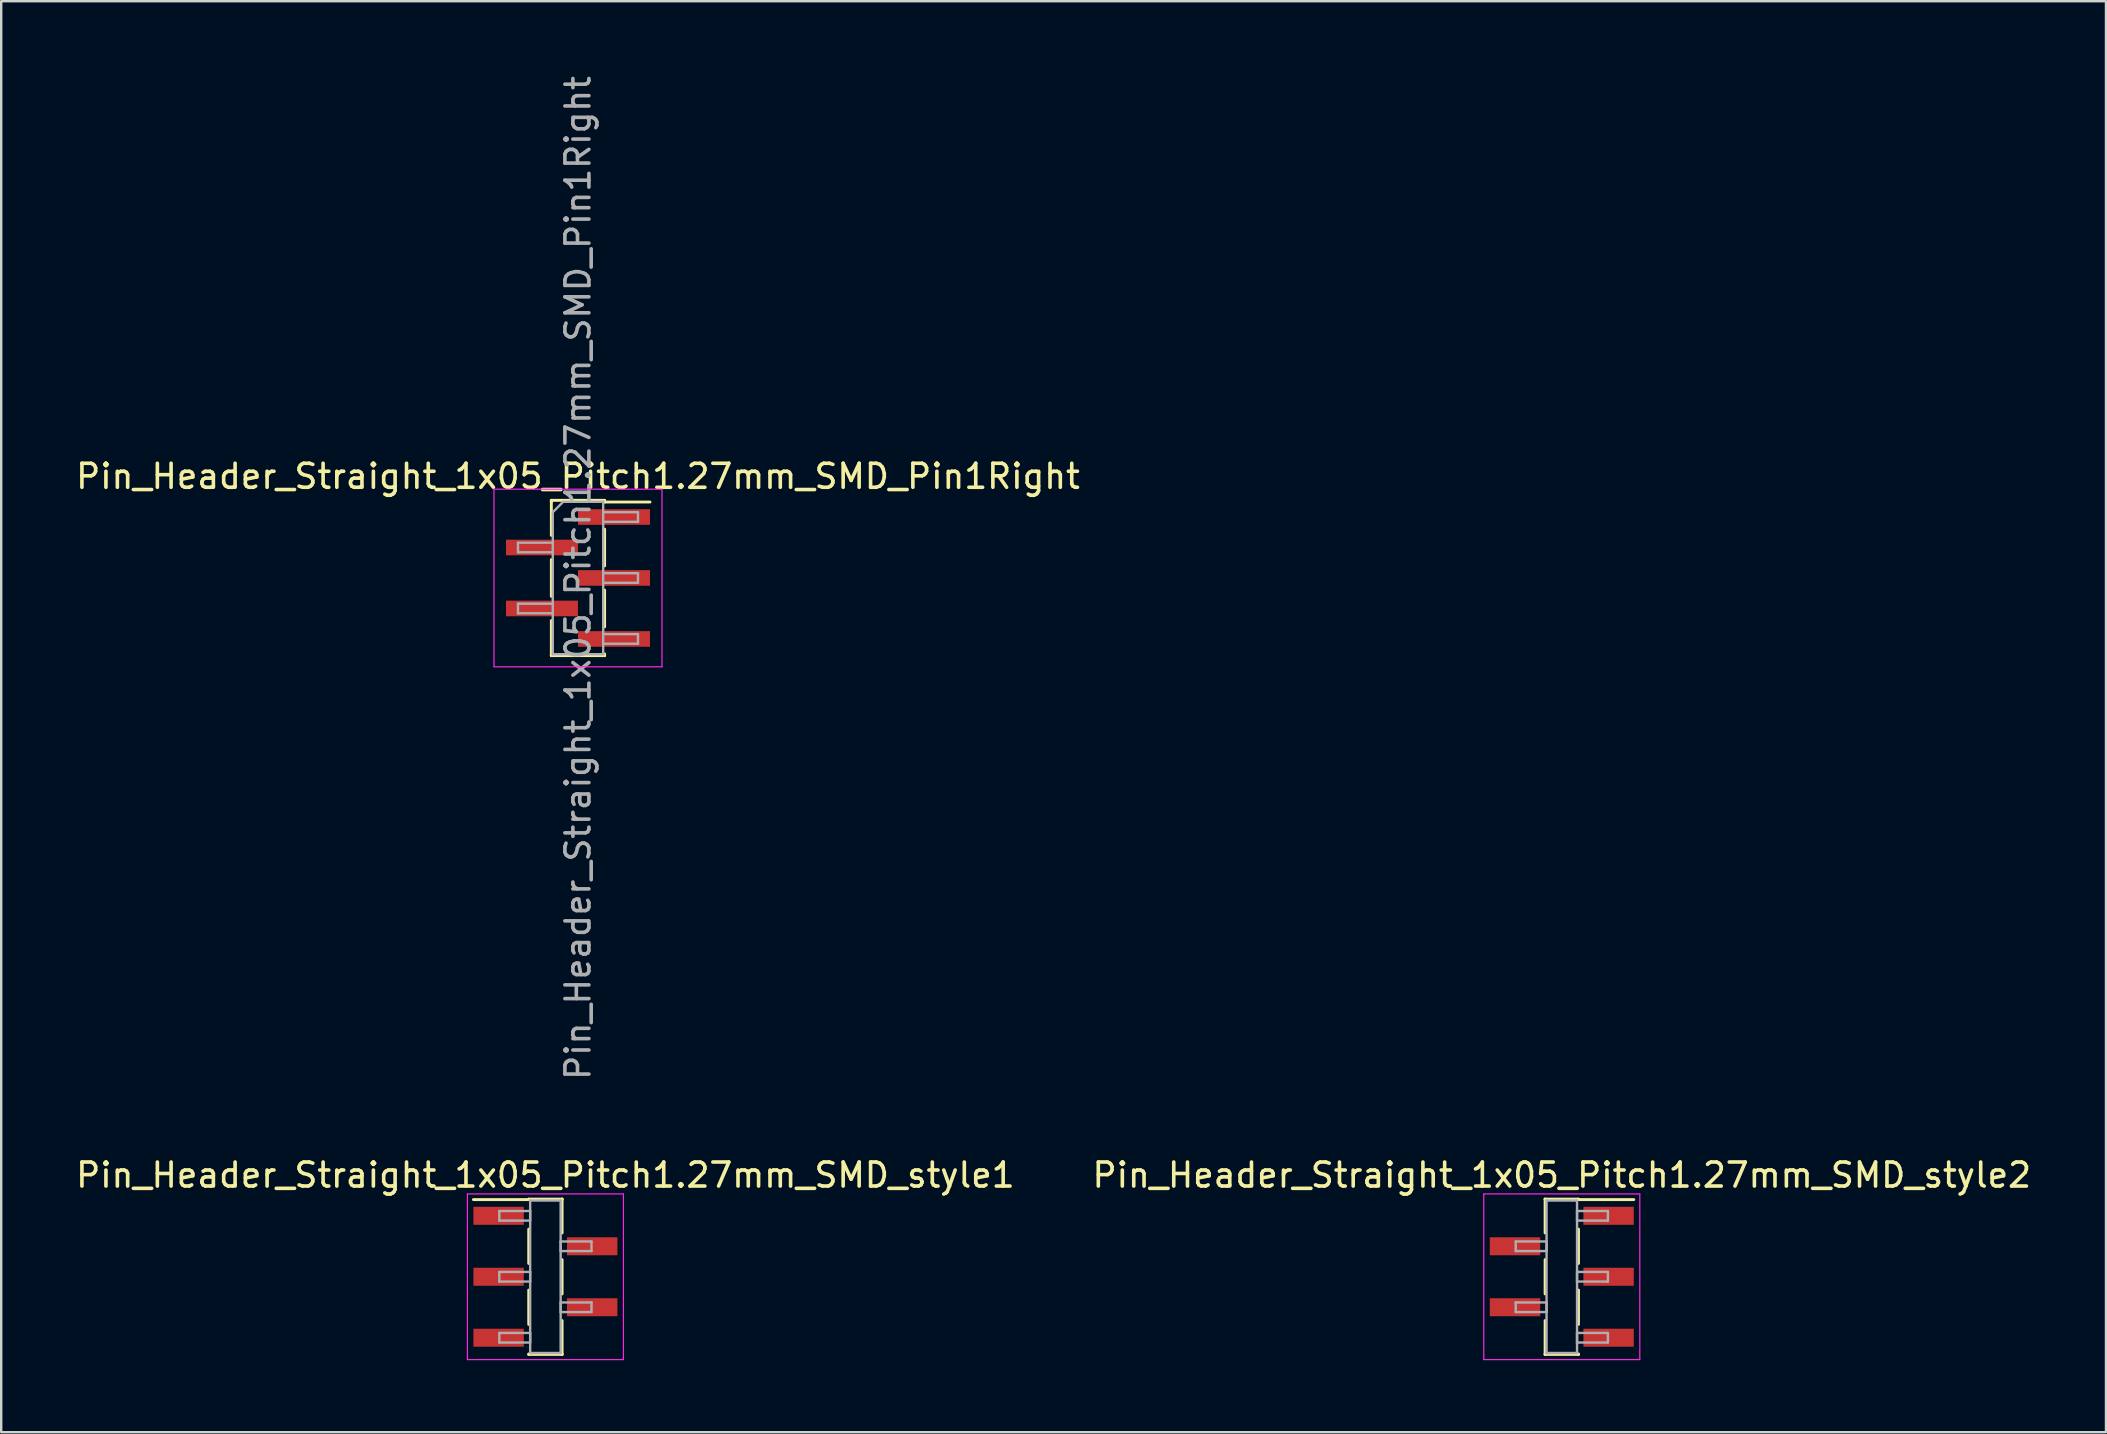
<source format=kicad_pcb>
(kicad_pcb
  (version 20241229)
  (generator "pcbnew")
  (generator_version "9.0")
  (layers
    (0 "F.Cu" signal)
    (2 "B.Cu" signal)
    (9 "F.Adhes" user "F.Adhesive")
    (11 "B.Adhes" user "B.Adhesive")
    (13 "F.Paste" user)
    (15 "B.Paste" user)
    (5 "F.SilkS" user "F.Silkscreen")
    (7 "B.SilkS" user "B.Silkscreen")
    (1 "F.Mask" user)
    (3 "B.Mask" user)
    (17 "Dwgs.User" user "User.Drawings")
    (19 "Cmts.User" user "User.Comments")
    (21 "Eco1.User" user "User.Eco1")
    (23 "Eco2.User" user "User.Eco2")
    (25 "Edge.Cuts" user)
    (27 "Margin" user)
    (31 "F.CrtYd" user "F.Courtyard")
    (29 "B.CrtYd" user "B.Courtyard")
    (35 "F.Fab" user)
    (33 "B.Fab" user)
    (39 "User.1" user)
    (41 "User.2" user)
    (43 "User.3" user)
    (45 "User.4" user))
  (footprint "Pin_Header_Straight_1x05_Pitch1.27mm_SMD_style2"
    (layer "F.Cu")
    (at 62.018 50.143)
    (property "Reference" "Pin_Header_Straight_1x05_Pitch1.27mm_SMD_style2" (at 0 -4.235 0) (layer "F.SilkS") (effects (font (size 1 1) (thickness 0.15))))
    (attr smd)
    (fp_line (start -0.695 -3.235) (end -0.695 -1.825) (stroke (width 0.12) (type solid)) (layer "F.SilkS"))
    (fp_line (start -0.695 -3.235) (end 0.695 -3.235) (stroke (width 0.12) (type solid)) (layer "F.SilkS"))
    (fp_line (start -0.695 -3.215) (end -0.695 -3.235) (stroke (width 0.12) (type solid)) (layer "F.SilkS"))
    (fp_line (start -0.695 -0.715) (end -0.695 0.715) (stroke (width 0.12) (type solid)) (layer "F.SilkS"))
    (fp_line (start -0.695 1.825) (end -0.695 3.235) (stroke (width 0.12) (type solid)) (layer "F.SilkS"))
    (fp_line (start -0.695 3.215) (end -0.695 3.235) (stroke (width 0.12) (type solid)) (layer "F.SilkS"))
    (fp_line (start -0.695 3.235) (end 0.695 3.235) (stroke (width 0.12) (type solid)) (layer "F.SilkS"))
    (fp_line (start 0.695 -3.235) (end 0.695 -3.215) (stroke (width 0.12) (type solid)) (layer "F.SilkS"))
    (fp_line (start 0.695 -3.215) (end 3 -3.215) (stroke (width 0.12) (type solid)) (layer "F.SilkS"))
    (fp_line (start 0.695 -1.985) (end 0.695 -0.555) (stroke (width 0.12) (type solid)) (layer "F.SilkS"))
    (fp_line (start 0.695 0.555) (end 0.695 1.985) (stroke (width 0.12) (type solid)) (layer "F.SilkS"))
    (fp_line (start 0.695 3.235) (end 0.695 3.215) (stroke (width 0.12) (type solid)) (layer "F.SilkS"))
    (fp_line (start -3.25 -3.45) (end -3.25 3.45) (stroke (width 0.05) (type solid)) (layer "F.CrtYd"))
    (fp_line (start -3.25 3.45) (end 3.25 3.45) (stroke (width 0.05) (type solid)) (layer "F.CrtYd"))
    (fp_line (start 3.25 -3.45) (end -3.25 -3.45) (stroke (width 0.05) (type solid)) (layer "F.CrtYd"))
    (fp_line (start 3.25 3.45) (end 3.25 -3.45) (stroke (width 0.05) (type solid)) (layer "F.CrtYd"))
    (fp_line (start -1.92 -1.47) (end -0.635 -1.47) (stroke (width 0.1) (type solid)) (layer "F.Fab"))
    (fp_line (start -1.92 -1.07) (end -1.92 -1.47) (stroke (width 0.1) (type solid)) (layer "F.Fab"))
    (fp_line (start -1.92 1.07) (end -0.635 1.07) (stroke (width 0.1) (type solid)) (layer "F.Fab"))
    (fp_line (start -1.92 1.47) (end -1.92 1.07) (stroke (width 0.1) (type solid)) (layer "F.Fab"))
    (fp_line (start -0.635 -3.175) (end -0.635 3.175) (stroke (width 0.1) (type solid)) (layer "F.Fab"))
    (fp_line (start -0.635 -1.47) (end -0.635 -1.07) (stroke (width 0.1) (type solid)) (layer "F.Fab"))
    (fp_line (start -0.635 -1.07) (end -1.92 -1.07) (stroke (width 0.1) (type solid)) (layer "F.Fab"))
    (fp_line (start -0.635 1.07) (end -0.635 1.47) (stroke (width 0.1) (type solid)) (layer "F.Fab"))
    (fp_line (start -0.635 1.47) (end -1.92 1.47) (stroke (width 0.1) (type solid)) (layer "F.Fab"))
    (fp_line (start -0.635 3.175) (end 0.635 3.175) (stroke (width 0.1) (type solid)) (layer "F.Fab"))
    (fp_line (start 0.635 -3.175) (end -0.635 -3.175) (stroke (width 0.1) (type solid)) (layer "F.Fab"))
    (fp_line (start 0.635 -2.74) (end 0.635 -2.34) (stroke (width 0.1) (type solid)) (layer "F.Fab"))
    (fp_line (start 0.635 -2.34) (end 1.92 -2.34) (stroke (width 0.1) (type solid)) (layer "F.Fab"))
    (fp_line (start 0.635 -0.2) (end 0.635 0.2) (stroke (width 0.1) (type solid)) (layer "F.Fab"))
    (fp_line (start 0.635 0.2) (end 1.92 0.2) (stroke (width 0.1) (type solid)) (layer "F.Fab"))
    (fp_line (start 0.635 2.34) (end 0.635 2.74) (stroke (width 0.1) (type solid)) (layer "F.Fab"))
    (fp_line (start 0.635 2.74) (end 1.92 2.74) (stroke (width 0.1) (type solid)) (layer "F.Fab"))
    (fp_line (start 0.635 3.175) (end 0.635 -3.175) (stroke (width 0.1) (type solid)) (layer "F.Fab"))
    (fp_line (start 1.92 -2.74) (end 0.635 -2.74) (stroke (width 0.1) (type solid)) (layer "F.Fab"))
    (fp_line (start 1.92 -2.34) (end 1.92 -2.74) (stroke (width 0.1) (type solid)) (layer "F.Fab"))
    (fp_line (start 1.92 -0.2) (end 0.635 -0.2) (stroke (width 0.1) (type solid)) (layer "F.Fab"))
    (fp_line (start 1.92 0.2) (end 1.92 -0.2) (stroke (width 0.1) (type solid)) (layer "F.Fab"))
    (fp_line (start 1.92 2.34) (end 0.635 2.34) (stroke (width 0.1) (type solid)) (layer "F.Fab"))
    (fp_line (start 1.92 2.74) (end 1.92 2.34) (stroke (width 0.1) (type solid)) (layer "F.Fab"))
    (pad "1" smd rect (at 1.95 -2.54) (size 2.1 0.75) (layers "F.Cu" "F.Mask"))
    (pad "2" smd rect (at -1.95 -1.27) (size 2.1 0.75) (layers "F.Cu" "F.Mask"))
    (pad "3" smd rect (at 1.95 0) (size 2.1 0.75) (layers "F.Cu" "F.Mask"))
    (pad "4" smd rect (at -1.95 1.27) (size 2.1 0.75) (layers "F.Cu" "F.Mask"))
    (pad "5" smd rect (at 1.95 2.54) (size 2.1 0.75) (layers "F.Cu" "F.Mask")))
  (footprint "Pin_Header_Straight_1x05_Pitch1.27mm_SMD_style1"
    (layer "F.Cu")
    (at 19.673 50.143)
    (property "Reference" "Pin_Header_Straight_1x05_Pitch1.27mm_SMD_style1" (at 0 -4.235 0) (layer "F.SilkS") (effects (font (size 1 1) (thickness 0.15))))
    (attr smd)
    (fp_line (start -0.695 -3.235) (end 0.695 -3.235) (stroke (width 0.12) (type solid)) (layer "F.SilkS"))
    (fp_line (start -0.695 -3.215) (end -3 -3.215) (stroke (width 0.12) (type solid)) (layer "F.SilkS"))
    (fp_line (start -0.695 -3.215) (end -0.695 -3.235) (stroke (width 0.12) (type solid)) (layer "F.SilkS"))
    (fp_line (start -0.695 -1.985) (end -0.695 -0.555) (stroke (width 0.12) (type solid)) (layer "F.SilkS"))
    (fp_line (start -0.695 0.555) (end -0.695 1.985) (stroke (width 0.12) (type solid)) (layer "F.SilkS"))
    (fp_line (start -0.695 3.215) (end -0.695 3.235) (stroke (width 0.12) (type solid)) (layer "F.SilkS"))
    (fp_line (start -0.695 3.235) (end 0.695 3.235) (stroke (width 0.12) (type solid)) (layer "F.SilkS"))
    (fp_line (start 0.695 -3.235) (end 0.695 -3.215) (stroke (width 0.12) (type solid)) (layer "F.SilkS"))
    (fp_line (start 0.695 -3.235) (end 0.695 -1.825) (stroke (width 0.12) (type solid)) (layer "F.SilkS"))
    (fp_line (start 0.695 -0.715) (end 0.695 0.715) (stroke (width 0.12) (type solid)) (layer "F.SilkS"))
    (fp_line (start 0.695 1.825) (end 0.695 3.235) (stroke (width 0.12) (type solid)) (layer "F.SilkS"))
    (fp_line (start 0.695 3.235) (end 0.695 3.215) (stroke (width 0.12) (type solid)) (layer "F.SilkS"))
    (fp_line (start -3.25 -3.45) (end -3.25 3.45) (stroke (width 0.05) (type solid)) (layer "F.CrtYd"))
    (fp_line (start -3.25 3.45) (end 3.25 3.45) (stroke (width 0.05) (type solid)) (layer "F.CrtYd"))
    (fp_line (start 3.25 -3.45) (end -3.25 -3.45) (stroke (width 0.05) (type solid)) (layer "F.CrtYd"))
    (fp_line (start 3.25 3.45) (end 3.25 -3.45) (stroke (width 0.05) (type solid)) (layer "F.CrtYd"))
    (fp_line (start -1.92 -2.74) (end -0.635 -2.74) (stroke (width 0.1) (type solid)) (layer "F.Fab"))
    (fp_line (start -1.92 -2.34) (end -1.92 -2.74) (stroke (width 0.1) (type solid)) (layer "F.Fab"))
    (fp_line (start -1.92 -0.2) (end -0.635 -0.2) (stroke (width 0.1) (type solid)) (layer "F.Fab"))
    (fp_line (start -1.92 0.2) (end -1.92 -0.2) (stroke (width 0.1) (type solid)) (layer "F.Fab"))
    (fp_line (start -1.92 2.34) (end -0.635 2.34) (stroke (width 0.1) (type solid)) (layer "F.Fab"))
    (fp_line (start -1.92 2.74) (end -1.92 2.34) (stroke (width 0.1) (type solid)) (layer "F.Fab"))
    (fp_line (start -0.635 -3.175) (end -0.635 3.175) (stroke (width 0.1) (type solid)) (layer "F.Fab"))
    (fp_line (start -0.635 -2.74) (end -0.635 -2.34) (stroke (width 0.1) (type solid)) (layer "F.Fab"))
    (fp_line (start -0.635 -2.34) (end -1.92 -2.34) (stroke (width 0.1) (type solid)) (layer "F.Fab"))
    (fp_line (start -0.635 -0.2) (end -0.635 0.2) (stroke (width 0.1) (type solid)) (layer "F.Fab"))
    (fp_line (start -0.635 0.2) (end -1.92 0.2) (stroke (width 0.1) (type solid)) (layer "F.Fab"))
    (fp_line (start -0.635 2.34) (end -0.635 2.74) (stroke (width 0.1) (type solid)) (layer "F.Fab"))
    (fp_line (start -0.635 2.74) (end -1.92 2.74) (stroke (width 0.1) (type solid)) (layer "F.Fab"))
    (fp_line (start -0.635 3.175) (end 0.635 3.175) (stroke (width 0.1) (type solid)) (layer "F.Fab"))
    (fp_line (start 0.635 -3.175) (end -0.635 -3.175) (stroke (width 0.1) (type solid)) (layer "F.Fab"))
    (fp_line (start 0.635 -1.47) (end 0.635 -1.07) (stroke (width 0.1) (type solid)) (layer "F.Fab"))
    (fp_line (start 0.635 -1.07) (end 1.92 -1.07) (stroke (width 0.1) (type solid)) (layer "F.Fab"))
    (fp_line (start 0.635 1.07) (end 0.635 1.47) (stroke (width 0.1) (type solid)) (layer "F.Fab"))
    (fp_line (start 0.635 1.47) (end 1.92 1.47) (stroke (width 0.1) (type solid)) (layer "F.Fab"))
    (fp_line (start 0.635 3.175) (end 0.635 -3.175) (stroke (width 0.1) (type solid)) (layer "F.Fab"))
    (fp_line (start 1.92 -1.47) (end 0.635 -1.47) (stroke (width 0.1) (type solid)) (layer "F.Fab"))
    (fp_line (start 1.92 -1.07) (end 1.92 -1.47) (stroke (width 0.1) (type solid)) (layer "F.Fab"))
    (fp_line (start 1.92 1.07) (end 0.635 1.07) (stroke (width 0.1) (type solid)) (layer "F.Fab"))
    (fp_line (start 1.92 1.47) (end 1.92 1.07) (stroke (width 0.1) (type solid)) (layer "F.Fab"))
    (pad "1" smd rect (at -1.95 -2.54) (size 2.1 0.75) (layers "F.Cu" "F.Mask"))
    (pad "2" smd rect (at 1.95 -1.27) (size 2.1 0.75) (layers "F.Cu" "F.Mask"))
    (pad "3" smd rect (at -1.95 0) (size 2.1 0.75) (layers "F.Cu" "F.Mask"))
    (pad "4" smd rect (at 1.95 1.27) (size 2.1 0.75) (layers "F.Cu" "F.Mask"))
    (pad "5" smd rect (at -1.95 2.54) (size 2.1 0.75) (layers "F.Cu" "F.Mask")))
  (footprint "Pin_Header_Straight_1x05_Pitch1.27mm_SMD_Pin1Right"
    (layer "F.Cu")
    (at 21.03 21.03)
    (property "Reference" "Pin_Header_Straight_1x05_Pitch1.27mm_SMD_Pin1Right" (at 0 -4.235 0) (layer "F.SilkS") (effects (font (size 1 1) (thickness 0.15))))
    (attr smd)
    (fp_line (start -1.11 -3.235) (end -1.11 -1.775) (stroke (width 0.12) (type solid)) (layer "F.SilkS"))
    (fp_line (start -1.11 -3.235) (end 1.11 -3.235) (stroke (width 0.12) (type solid)) (layer "F.SilkS"))
    (fp_line (start -1.11 -3.165) (end -1.11 -3.235) (stroke (width 0.12) (type solid)) (layer "F.SilkS"))
    (fp_line (start -1.11 -0.765) (end -1.11 0.765) (stroke (width 0.12) (type solid)) (layer "F.SilkS"))
    (fp_line (start -1.11 1.775) (end -1.11 3.235) (stroke (width 0.12) (type solid)) (layer "F.SilkS"))
    (fp_line (start -1.11 3.165) (end -1.11 3.235) (stroke (width 0.12) (type solid)) (layer "F.SilkS"))
    (fp_line (start -1.11 3.235) (end 1.11 3.235) (stroke (width 0.12) (type solid)) (layer "F.SilkS"))
    (fp_line (start 1.11 -3.235) (end 1.11 -3.165) (stroke (width 0.12) (type solid)) (layer "F.SilkS"))
    (fp_line (start 1.11 -3.165) (end 3 -3.165) (stroke (width 0.12) (type solid)) (layer "F.SilkS"))
    (fp_line (start 1.11 -2.035) (end 1.11 -0.505) (stroke (width 0.12) (type solid)) (layer "F.SilkS"))
    (fp_line (start 1.11 0.505) (end 1.11 2.035) (stroke (width 0.12) (type solid)) (layer "F.SilkS"))
    (fp_line (start 1.11 3.235) (end 1.11 3.165) (stroke (width 0.12) (type solid)) (layer "F.SilkS"))
    (fp_line (start -3.5 -3.7) (end -3.5 3.7) (stroke (width 0.05) (type solid)) (layer "F.CrtYd"))
    (fp_line (start -3.5 3.7) (end 3.5 3.7) (stroke (width 0.05) (type solid)) (layer "F.CrtYd"))
    (fp_line (start 3.5 -3.7) (end -3.5 -3.7) (stroke (width 0.05) (type solid)) (layer "F.CrtYd"))
    (fp_line (start 3.5 3.7) (end 3.5 -3.7) (stroke (width 0.05) (type solid)) (layer "F.CrtYd"))
    (fp_line (start -2.5 -1.47) (end -2.5 -1.07) (stroke (width 0.1) (type solid)) (layer "F.Fab"))
    (fp_line (start -2.5 -1.07) (end -1.05 -1.07) (stroke (width 0.1) (type solid)) (layer "F.Fab"))
    (fp_line (start -2.5 1.07) (end -2.5 1.47) (stroke (width 0.1) (type solid)) (layer "F.Fab"))
    (fp_line (start -2.5 1.47) (end -1.05 1.47) (stroke (width 0.1) (type solid)) (layer "F.Fab"))
    (fp_line (start -1.05 -2.74) (end -0.615 -3.175) (stroke (width 0.1) (type solid)) (layer "F.Fab"))
    (fp_line (start -1.05 -1.47) (end -2.5 -1.47) (stroke (width 0.1) (type solid)) (layer "F.Fab"))
    (fp_line (start -1.05 1.07) (end -2.5 1.07) (stroke (width 0.1) (type solid)) (layer "F.Fab"))
    (fp_line (start -1.05 3.175) (end -1.05 -2.74) (stroke (width 0.1) (type solid)) (layer "F.Fab"))
    (fp_line (start -0.615 -3.175) (end 1.05 -3.175) (stroke (width 0.1) (type solid)) (layer "F.Fab"))
    (fp_line (start 1.05 -3.175) (end 1.05 3.175) (stroke (width 0.1) (type solid)) (layer "F.Fab"))
    (fp_line (start 1.05 -2.74) (end 2.5 -2.74) (stroke (width 0.1) (type solid)) (layer "F.Fab"))
    (fp_line (start 1.05 -0.2) (end 2.5 -0.2) (stroke (width 0.1) (type solid)) (layer "F.Fab"))
    (fp_line (start 1.05 2.34) (end 2.5 2.34) (stroke (width 0.1) (type solid)) (layer "F.Fab"))
    (fp_line (start 1.05 3.175) (end -1.05 3.175) (stroke (width 0.1) (type solid)) (layer "F.Fab"))
    (fp_line (start 2.5 -2.74) (end 2.5 -2.34) (stroke (width 0.1) (type solid)) (layer "F.Fab"))
    (fp_line (start 2.5 -2.34) (end 1.05 -2.34) (stroke (width 0.1) (type solid)) (layer "F.Fab"))
    (fp_line (start 2.5 -0.2) (end 2.5 0.2) (stroke (width 0.1) (type solid)) (layer "F.Fab"))
    (fp_line (start 2.5 0.2) (end 1.05 0.2) (stroke (width 0.1) (type solid)) (layer "F.Fab"))
    (fp_line (start 2.5 2.34) (end 2.5 2.74) (stroke (width 0.1) (type solid)) (layer "F.Fab"))
    (fp_line (start 2.5 2.74) (end 1.05 2.74) (stroke (width 0.1) (type solid)) (layer "F.Fab"))
    (fp_text user "${REFERENCE}" (at 0 0 90) (layer "F.Fab") (effects (font (size 1 1) (thickness 0.15))))
    (pad "1" smd rect (at 1.5 -2.54) (size 3 0.65) (layers "F.Cu" "F.Mask" "F.Paste"))
    (pad "2" smd rect (at -1.5 -1.27) (size 3 0.65) (layers "F.Cu" "F.Mask" "F.Paste"))
    (pad "3" smd rect (at 1.5 0) (size 3 0.65) (layers "F.Cu" "F.Mask" "F.Paste"))
    (pad "4" smd rect (at -1.5 1.27) (size 3 0.65) (layers "F.Cu" "F.Mask" "F.Paste"))
    (pad "5" smd rect (at 1.5 2.54) (size 3 0.65) (layers "F.Cu" "F.Mask" "F.Paste")))
  (gr_rect
    (start -3 -3)
    (end 84.69 56.618)
    (stroke (width 0.1) (type default))
    (fill no)
    (layer "Edge.Cuts")))
</source>
